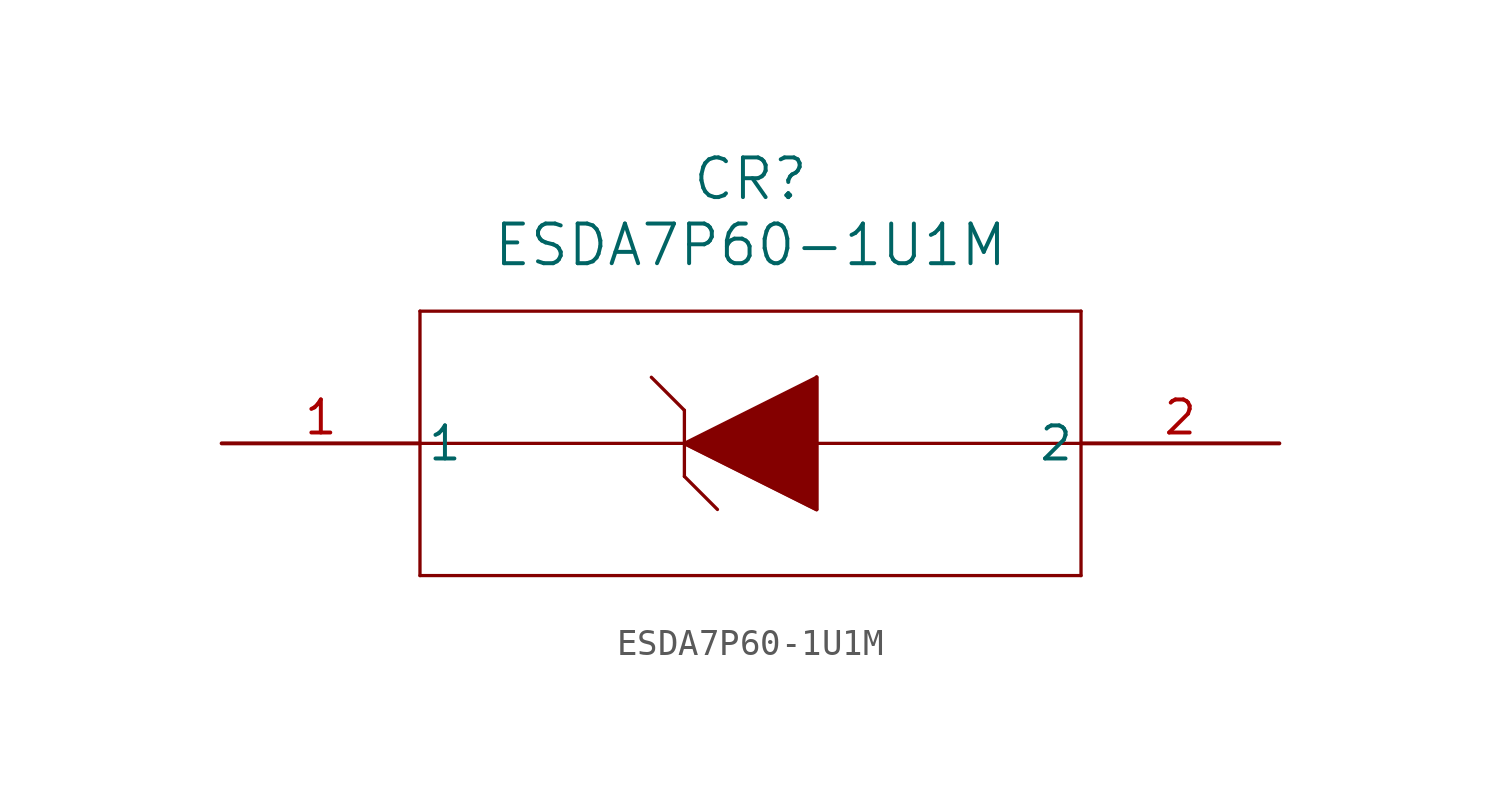
<source format=kicad_sym>
(kicad_symbol_lib
  (version 20211014)
  (generator kicad_symbol_editor)
  (symbol "ESDA7P60-1U1M"
    (pin_names
      (offset 0.254))
    (property "Reference" "CR"
      (at 20.32 10.16 0)
      (effects (font (size 1.524 1.524))))
    (property "Value" "ESDA7P60-1U1M"
      (at 20.32 7.62 0)
      (effects (font (size 1.524 1.524))))
    (symbol "ESDA7P60-1U1M_0_1"
      (polyline (pts (xy 7.62 5.08) (xy 7.62 -5.08)) (stroke (width 0.127) (type default) (color 0 0 0 0)) (fill (type none)))
      (polyline (pts (xy 7.62 -5.08) (xy 33.02 -5.08)) (stroke (width 0.127) (type default) (color 0 0 0 0)) (fill (type none)))
      (polyline (pts (xy 33.02 -5.08) (xy 33.02 5.08)) (stroke (width 0.127) (type default) (color 0 0 0 0)) (fill (type none)))
      (polyline (pts (xy 33.02 5.08) (xy 7.62 5.08)) (stroke (width 0.127) (type default) (color 0 0 0 0)) (fill (type none)))
      (polyline (pts (xy 33.02 0) (xy 7.62 0)) (stroke (width 0.127) (type default) (color 0 0 0 0)) (fill (type none)))
      (polyline (pts (xy 22.86 2.54) (xy 22.86 -2.54)) (stroke (width 0.127) (type default) (color 0 0 0 0)) (fill (type none)))
      (polyline (pts (xy 22.86 -2.54) (xy 17.78 0)) (stroke (width 0.127) (type default) (color 0 0 0 0)) (fill (type none)))
      (polyline (pts (xy 17.78 0) (xy 22.86 2.54)) (stroke (width 0.127) (type default) (color 0 0 0 0)) (fill (type none)))
      (polyline (pts (xy 17.78 1.27) (xy 17.78 -1.27)) (stroke (width 0.127) (type default) (color 0 0 0 0)) (fill (type none)))
      (polyline (pts (xy 17.78 1.27) (xy 16.51 2.54)) (stroke (width 0.127) (type default) (color 0 0 0 0)) (fill (type none)))
      (polyline (pts (xy 17.78 -1.27) (xy 19.05 -2.54)) (stroke (width 0.127) (type default) (color 0 0 0 0)) (fill (type none)))
      (polyline (pts (xy 22.86 2.54) (xy 22.86 -2.54) (xy 17.78 0)) (stroke (width 0) (type default) (color 0 0 0 0)) (fill (type outline)))
      (pin unspecified line (at 0 0 0) (length 7.62) (name "1" (effects (font (size 1.27 1.27)))) (number "1" (effects (font (size 1.27 1.27)))))
      (pin unspecified line (at 40.64 0 180) (length 7.62) (name "2" (effects (font (size 1.27 1.27)))) (number "2" (effects (font (size 1.27 1.27))))))))
</source>
